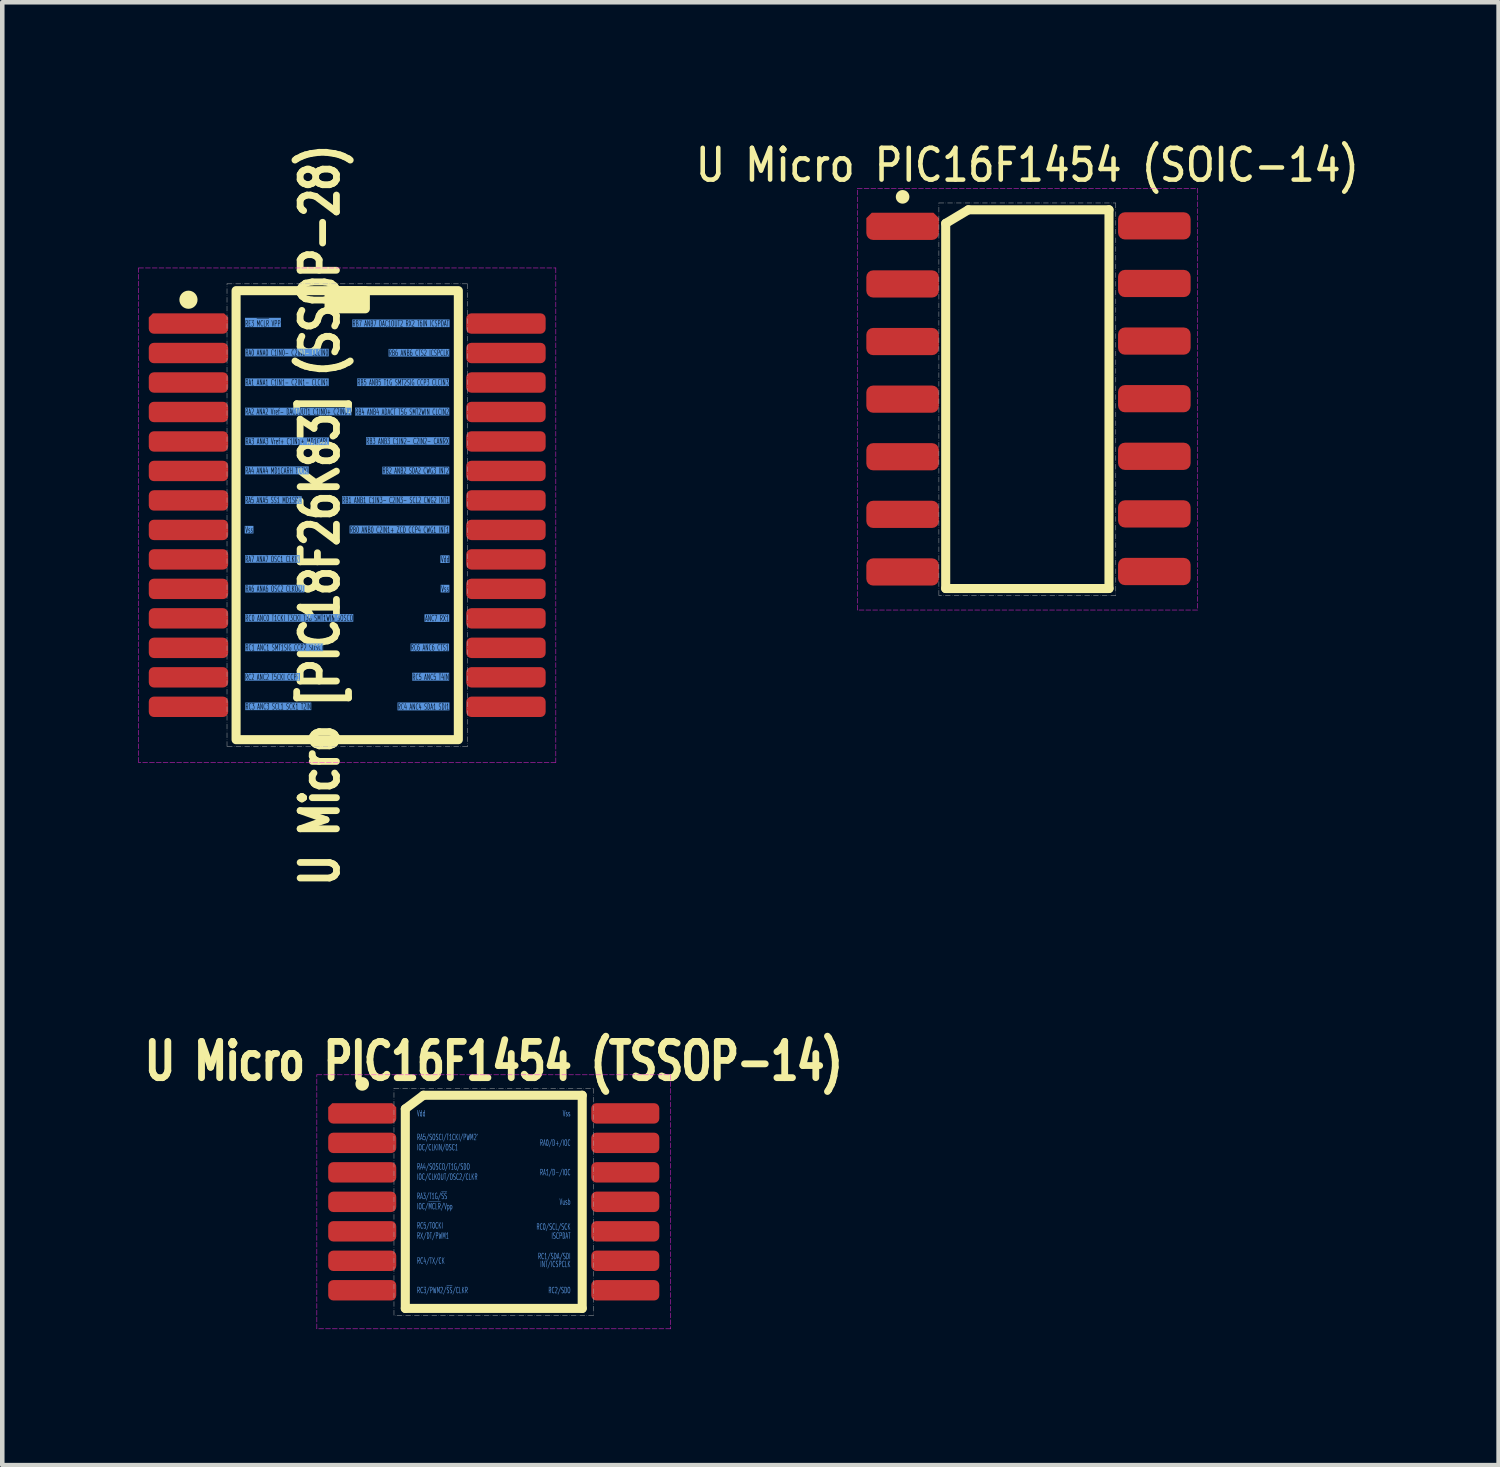
<source format=kicad_pcb>
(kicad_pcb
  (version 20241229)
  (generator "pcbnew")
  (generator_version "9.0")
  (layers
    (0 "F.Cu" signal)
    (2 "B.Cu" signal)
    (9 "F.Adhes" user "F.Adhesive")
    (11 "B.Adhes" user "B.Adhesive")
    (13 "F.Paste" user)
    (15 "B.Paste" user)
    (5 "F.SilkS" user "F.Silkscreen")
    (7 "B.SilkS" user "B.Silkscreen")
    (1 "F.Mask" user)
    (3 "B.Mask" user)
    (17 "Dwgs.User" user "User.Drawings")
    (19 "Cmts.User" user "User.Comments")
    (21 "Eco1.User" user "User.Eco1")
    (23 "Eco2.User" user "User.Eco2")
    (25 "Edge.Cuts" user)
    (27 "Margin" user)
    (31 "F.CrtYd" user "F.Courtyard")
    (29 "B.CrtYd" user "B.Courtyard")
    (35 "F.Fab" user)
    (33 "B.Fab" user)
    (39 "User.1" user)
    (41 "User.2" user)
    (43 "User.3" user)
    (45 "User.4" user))
  (footprint "U Micro [PIC18F26K83] (SSOP-28)"
    (layer "F.Cu")
    (at 4.605 8.308)
    (property "Reference" "U Micro [PIC18F26K83] (SSOP-28)" (at -0.6 0 90) (layer "F.SilkS") (effects (font (size 0.8 0.6) (thickness 0.15))))
    (attr smd)
    (fp_rect (start -2.45 -4.95) (end 2.45 4.95) (stroke (width 0.2) (type default)) (fill no) (layer "F.SilkS"))
    (fp_rect (start -0.4 -4.95) (end 0.4 -4.55) (stroke (width 0.2) (type solid)) (fill yes) (layer "F.SilkS"))
    (fp_circle (center -3.5 -4.75) (end -3.35 -4.75) (stroke (width 0.1) (type solid)) (fill yes) (layer "F.SilkS"))
    (fp_rect (start -4.6 -5.45) (end 4.6 5.45) (stroke (width 0.01) (type dash)) (fill no) (layer "F.CrtYd"))
    (fp_rect (start -2.65 -5.1) (end 2.65 5.1) (stroke (width 0.01) (type dash_dot)) (fill no) (layer "F.Fab"))
    (fp_text user "RE3 ~{MCLR} VPP" (at -1.86 -4.225 0) (layer "Cmts.User" knockout) (effects (font (size 0.13 0.07) (thickness 0.01) (bold yes))))
    (fp_text user "RC0 ANC0 T1CKI T3CKI T3G SMT1WIN SOSCO" (at -1.06 2.27 0) (layer "Cmts.User" knockout) (effects (font (size 0.13 0.07) (thickness 0.01))))
    (fp_text user "RA3 ANA3 Vref+ C1IN1+ MD1CARL" (at -1.33 -1.625 0) (layer "Cmts.User" knockout) (effects (font (size 0.13 0.07) (thickness 0.01))))
    (fp_text user "RB3 ANB3 C1IN2- C2IN2- CANRX" (at 1.33 -1.63 0) (layer "Cmts.User" knockout) (effects (font (size 0.13 0.07) (thickness 0.01))))
    (fp_text user "RC6 ANC6 CTS1" (at 1.82 2.92 0) (layer "Cmts.User" knockout) (effects (font (size 0.13 0.07) (thickness 0.01))))
    (fp_text user "RB7 ANB7 DAC1OUT2 RX2 T6IN ICSPDAT" (at 1.18 -4.225 0) (layer "Cmts.User" knockout) (effects (font (size 0.13 0.07) (thickness 0.01) (bold yes))))
    (fp_text user "RB2 ANB2 SDA2 CWG3 INT2" (at 1.51 -0.98 0) (layer "Cmts.User" knockout) (effects (font (size 0.13 0.07) (thickness 0.01))))
    (fp_text user "RA7 ANA7 OSC1 CLKIN" (at -1.65 0.97 0) (layer "Cmts.User" knockout) (effects (font (size 0.13 0.07) (thickness 0.01))))
    (fp_text user "ANC7 RX1" (at 1.98 2.275 0) (layer "Cmts.User" knockout) (effects (font (size 0.13 0.07) (thickness 0.01))))
    (fp_text user "RB6 ANB6 CTS2 ICSPCLK" (at 1.58 -3.575 0) (layer "Cmts.User" knockout) (effects (font (size 0.13 0.07) (thickness 0.01) (bold yes))))
    (fp_text user "RA4 ANA4 MD1CARH T0CKI" (at -1.55 -0.98 0) (layer "Cmts.User" knockout) (effects (font (size 0.13 0.07) (thickness 0.01) (bold yes))))
    (fp_text user "RC2 ANC2 T5CKI CCP1" (at -1.65 3.57 0) (layer "Cmts.User" knockout) (effects (font (size 0.13 0.07) (thickness 0.01))))
    (fp_text user "RA6 ANA6 OSC2 CLKOUT" (at -1.6 1.625 0) (layer "Cmts.User" knockout) (effects (font (size 0.13 0.07) (thickness 0.01))))
    (fp_text user "RB0 ANB0 C2IN1+ ZCD CCP4 CWG1 INT1" (at 1.15 0.325 0) (layer "Cmts.User" knockout) (effects (font (size 0.13 0.07) (thickness 0.01))))
    (fp_text user "RB5 ANB5 T1G SMT2SIG CCP3 CLCIN3" (at 1.23 -2.925 0) (layer "Cmts.User" knockout) (effects (font (size 0.13 0.07) (thickness 0.01))))
    (fp_text user "RC5 ANC5 T4IN" (at 1.84 3.57 0) (layer "Cmts.User" knockout) (effects (font (size 0.13 0.07) (thickness 0.01))))
    (fp_text user "RC3 ANC3 SCL1 SCK1 T2IN" (at -1.52 4.22 0) (layer "Cmts.User" knockout) (effects (font (size 0.13 0.07) (thickness 0.01) (bold yes))))
    (fp_text user "RC1 ANC1 SMT1SIG CCP2 SOSCI" (at -1.39 2.92 0) (layer "Cmts.User" knockout) (effects (font (size 0.13 0.07) (thickness 0.01))))
    (fp_text user "RC4 ANC4 SDA1 SDI1" (at 1.68 4.225 0) (layer "Cmts.User" knockout) (effects (font (size 0.13 0.07) (thickness 0.01))))
    (fp_text user "RB4 ANB4 ADACT T5G SMT2WIN CLCIN2" (at 1.21 -2.275 0) (layer "Cmts.User" knockout) (effects (font (size 0.13 0.07) (thickness 0.01))))
    (fp_text user "RA5 ANA5 SS1 MD1SRC" (at -1.63 -0.33 0) (layer "Cmts.User" knockout) (effects (font (size 0.13 0.07) (thickness 0.01))))
    (fp_text user "RA2 ANA2 Vref- DAC1OUT1 C1IN0+ C2IN0+" (at -1.08 -2.28 0) (layer "Cmts.User" knockout) (effects (font (size 0.13 0.07) (thickness 0.01))))
    (fp_text user "Vss" (at -2.16 0.325 0) (layer "Cmts.User" knockout) (effects (font (size 0.13 0.07) (thickness 0.01) (bold yes))))
    (fp_text user "RA0 ANA0 C1IN0- C2IN0- CLCIN0" (at -1.33 -3.58 0) (layer "Cmts.User" knockout) (effects (font (size 0.13 0.07) (thickness 0.01))))
    (fp_text user "Vdd" (at 2.16 0.975 0) (layer "Cmts.User" knockout) (effects (font (size 0.13 0.07) (thickness 0.01) (bold yes))))
    (fp_text user "RA1 ANA1 C1IN1- C2IN1- CLCIN1" (at -1.33 -2.925 0) (layer "Cmts.User" knockout) (effects (font (size 0.13 0.07) (thickness 0.01))))
    (fp_text user "Vss" (at 2.16 1.625 0) (layer "Cmts.User" knockout) (effects (font (size 0.13 0.07) (thickness 0.01) (bold yes))))
    (fp_text user "RB1 ANB1 C1IN3- C2IN3- SCL2 CWG2 INT1" (at 1.07 -0.33 0) (layer "Cmts.User" knockout) (effects (font (size 0.13 0.07) (thickness 0.01))))
    (pad "1" smd roundrect (at -3.5 -4.225) (size 1.75 0.45) (layers "F.Cu" "F.Mask" "F.Paste") (roundrect_rratio 0.25) (chamfer_ratio 0.2) (chamfer top_left top_right))
    (pad "2" smd roundrect (at -3.5 -3.575) (size 1.75 0.45) (layers "F.Cu" "F.Mask" "F.Paste") (roundrect_rratio 0.25))
    (pad "3" smd roundrect (at -3.5 -2.925) (size 1.75 0.45) (layers "F.Cu" "F.Mask" "F.Paste") (roundrect_rratio 0.25))
    (pad "4" smd roundrect (at -3.5 -2.275) (size 1.75 0.45) (layers "F.Cu" "F.Mask" "F.Paste") (roundrect_rratio 0.25))
    (pad "5" smd roundrect (at -3.5 -1.625) (size 1.75 0.45) (layers "F.Cu" "F.Mask" "F.Paste") (roundrect_rratio 0.25))
    (pad "6" smd roundrect (at -3.5 -0.975) (size 1.75 0.45) (layers "F.Cu" "F.Mask" "F.Paste") (roundrect_rratio 0.25))
    (pad "7" smd roundrect (at -3.5 -0.325) (size 1.75 0.45) (layers "F.Cu" "F.Mask" "F.Paste") (roundrect_rratio 0.25))
    (pad "8" smd roundrect (at -3.5 0.325) (size 1.75 0.45) (layers "F.Cu" "F.Mask" "F.Paste") (roundrect_rratio 0.25))
    (pad "9" smd roundrect (at -3.5 0.975) (size 1.75 0.45) (layers "F.Cu" "F.Mask" "F.Paste") (roundrect_rratio 0.25))
    (pad "10" smd roundrect (at -3.5 1.625) (size 1.75 0.45) (layers "F.Cu" "F.Mask" "F.Paste") (roundrect_rratio 0.25))
    (pad "11" smd roundrect (at -3.5 2.275) (size 1.75 0.45) (layers "F.Cu" "F.Mask" "F.Paste") (roundrect_rratio 0.25))
    (pad "12" smd roundrect (at -3.5 2.925) (size 1.75 0.45) (layers "F.Cu" "F.Mask" "F.Paste") (roundrect_rratio 0.25))
    (pad "13" smd roundrect (at -3.5 3.575) (size 1.75 0.45) (layers "F.Cu" "F.Mask" "F.Paste") (roundrect_rratio 0.25))
    (pad "14" smd roundrect (at -3.5 4.225) (size 1.75 0.45) (layers "F.Cu" "F.Mask" "F.Paste") (roundrect_rratio 0.25))
    (pad "15" smd roundrect (at 3.5 4.225) (size 1.75 0.45) (layers "F.Cu" "F.Mask" "F.Paste") (roundrect_rratio 0.25))
    (pad "16" smd roundrect (at 3.5 3.575) (size 1.75 0.45) (layers "F.Cu" "F.Mask" "F.Paste") (roundrect_rratio 0.25))
    (pad "17" smd roundrect (at 3.5 2.925) (size 1.75 0.45) (layers "F.Cu" "F.Mask" "F.Paste") (roundrect_rratio 0.25))
    (pad "18" smd roundrect (at 3.5 2.275) (size 1.75 0.45) (layers "F.Cu" "F.Mask" "F.Paste") (roundrect_rratio 0.25))
    (pad "19" smd roundrect (at 3.5 1.625) (size 1.75 0.45) (layers "F.Cu" "F.Mask" "F.Paste") (roundrect_rratio 0.25))
    (pad "20" smd roundrect (at 3.5 0.975) (size 1.75 0.45) (layers "F.Cu" "F.Mask" "F.Paste") (roundrect_rratio 0.25))
    (pad "21" smd roundrect (at 3.5 0.325) (size 1.75 0.45) (layers "F.Cu" "F.Mask" "F.Paste") (roundrect_rratio 0.25))
    (pad "22" smd roundrect (at 3.5 -0.325) (size 1.75 0.45) (layers "F.Cu" "F.Mask" "F.Paste") (roundrect_rratio 0.25))
    (pad "23" smd roundrect (at 3.5 -0.975) (size 1.75 0.45) (layers "F.Cu" "F.Mask" "F.Paste") (roundrect_rratio 0.25))
    (pad "24" smd roundrect (at 3.5 -1.625) (size 1.75 0.45) (layers "F.Cu" "F.Mask" "F.Paste") (roundrect_rratio 0.25))
    (pad "25" smd roundrect (at 3.5 -2.275) (size 1.75 0.45) (layers "F.Cu" "F.Mask" "F.Paste") (roundrect_rratio 0.25))
    (pad "26" smd roundrect (at 3.5 -2.925) (size 1.75 0.45) (layers "F.Cu" "F.Mask" "F.Paste") (roundrect_rratio 0.25))
    (pad "27" smd roundrect (at 3.5 -3.575) (size 1.75 0.45) (layers "F.Cu" "F.Mask" "F.Paste") (roundrect_rratio 0.25))
    (pad "28" smd roundrect (at 3.5 -4.225) (size 1.75 0.45) (layers "F.Cu" "F.Mask" "F.Paste") (roundrect_rratio 0.25)))
  (footprint "U Micro PIC16F1454 (TSSOP-14)"
    (layer "F.Cu")
    (at 7.836 23.447)
    (property "Reference" "U Micro PIC16F1454 (TSSOP-14)" (at 0 -3.1 0) (unlocked yes) (layer "F.SilkS") (effects (font (size 0.8 0.6) (thickness 0.15))))
    (attr smd)
    (fp_line (start -1.95 -2.05) (end -1.55 -2.35) (stroke (width 0.2) (type default)) (layer "F.SilkS"))
    (fp_line (start -1.95 2.35) (end -1.95 -2.05) (stroke (width 0.2) (type default)) (layer "F.SilkS"))
    (fp_line (start -1.55 -2.35) (end 1.95 -2.35) (stroke (width 0.2) (type default)) (layer "F.SilkS"))
    (fp_line (start 1.95 -2.35) (end 1.95 2.35) (stroke (width 0.2) (type default)) (layer "F.SilkS"))
    (fp_line (start 1.95 2.35) (end -1.95 2.35) (stroke (width 0.2) (type default)) (layer "F.SilkS"))
    (fp_circle (center -2.9 -2.6) (end -2.8 -2.6) (stroke (width 0.1) (type solid)) (fill yes) (layer "F.SilkS"))
    (fp_rect (start -3.9 -2.8) (end 3.9 2.8) (stroke (width 0.01) (type dash)) (fill no) (layer "F.CrtYd"))
    (fp_rect (start -2.2 -2.5) (end 2.2 2.5) (stroke (width 0.01) (type dash_dot)) (fill no) (layer "F.Fab"))
    (fp_text user "IOC/CLKOUT/OSC2/CLKR" (at -1.7 -0.55 0) (unlocked yes) (layer "Cmts.User") (effects (font (size 0.13 0.07) (thickness 0.01)) (justify left)))
    (fp_text user "IOC/~{MCLR}/Vpp" (at -1.7 0.1 0) (unlocked yes) (layer "Cmts.User") (effects (font (size 0.13 0.07) (thickness 0.01) (bold yes)) (justify left)))
    (fp_text user "RC4/TX/CK" (at -1.7 1.3 0) (unlocked yes) (layer "Cmts.User") (effects (font (size 0.13 0.07) (thickness 0.01)) (justify left)))
    (fp_text user "IOC/CLKIN/OSC1" (at -1.7 -1.2 0) (unlocked yes) (layer "Cmts.User") (effects (font (size 0.13 0.07) (thickness 0.01)) (justify left)))
    (fp_text user "RC2/SDO" (at 1.7 1.95 0) (unlocked yes) (layer "Cmts.User") (effects (font (size 0.13 0.07) (thickness 0.01)) (justify right)))
    (fp_text user "Vusb" (at 1.7 0 0) (unlocked yes) (layer "Cmts.User") (effects (font (size 0.13 0.07) (thickness 0.01) (bold yes)) (justify right)))
    (fp_text user "RA3/T1G/~{SS}" (at -1.7 -0.125 0) (unlocked yes) (layer "Cmts.User") (effects (font (size 0.13 0.07) (thickness 0.01) (bold yes)) (justify left)))
    (fp_text user "RC3/PWM2/~{SS}/CLKR" (at -1.7 1.95 0) (unlocked yes) (layer "Cmts.User") (effects (font (size 0.13 0.07) (thickness 0.01)) (justify left)))
    (fp_text user "Vdd" (at -1.7 -1.95 0) (unlocked yes) (layer "Cmts.User") (effects (font (size 0.13 0.07) (thickness 0.01) (bold yes)) (justify left)))
    (fp_text user "INT/ICSPCLK" (at 1.7 1.375 0) (unlocked yes) (layer "Cmts.User") (effects (font (size 0.13 0.07) (thickness 0.01) (bold yes)) (justify right)))
    (fp_text user "Vss" (at 1.7 -1.95 0) (unlocked yes) (layer "Cmts.User") (effects (font (size 0.13 0.07) (thickness 0.01) (bold yes)) (justify right)))
    (fp_text user "RC0/SCL/SCK" (at 1.7 0.55 0) (unlocked yes) (layer "Cmts.User") (effects (font (size 0.13 0.07) (thickness 0.01) (bold yes)) (justify right)))
    (fp_text user "RX/DT/PWM1" (at -1.7 0.75 0) (unlocked yes) (layer "Cmts.User") (effects (font (size 0.13 0.07) (thickness 0.01)) (justify left)))
    (fp_text user "RA0/D+/IOC" (at 1.7 -1.3 0) (unlocked yes) (layer "Cmts.User") (effects (font (size 0.13 0.07) (thickness 0.01)) (justify right)))
    (fp_text user "RC5/T0CKI" (at -1.7 0.525 0) (unlocked yes) (layer "Cmts.User") (effects (font (size 0.13 0.07) (thickness 0.01)) (justify left)))
    (fp_text user "RC1/SDA/SDI" (at 1.7 1.2 0) (unlocked yes) (layer "Cmts.User") (effects (font (size 0.13 0.07) (thickness 0.01) (bold yes)) (justify right)))
    (fp_text user "RA5/SOSCI/T1CKI/PWM2'" (at -1.7 -1.425 0) (unlocked yes) (layer "Cmts.User") (effects (font (size 0.13 0.07) (thickness 0.01)) (justify left)))
    (fp_text user "RA1/D-/IOC" (at 1.7 -0.65 0) (unlocked yes) (layer "Cmts.User") (effects (font (size 0.13 0.07) (thickness 0.01)) (justify right)))
    (fp_text user "ISCPDAT" (at 1.7 0.75 0) (unlocked yes) (layer "Cmts.User") (effects (font (size 0.13 0.07) (thickness 0.01) (bold yes)) (justify right)))
    (fp_text user "RA4/SOSCO/T1G/SDO" (at -1.7 -0.775 0) (unlocked yes) (layer "Cmts.User") (effects (font (size 0.13 0.07) (thickness 0.01)) (justify left)))
    (pad "1" smd roundrect (at -2.9 -1.95) (size 1.5 0.45) (layers "F.Cu" "F.Mask" "F.Paste") (roundrect_rratio 0.25) (chamfer_ratio 0.2) (chamfer top_left top_right))
    (pad "2" smd roundrect (at -2.9 -1.3) (size 1.5 0.45) (layers "F.Cu" "F.Mask" "F.Paste") (roundrect_rratio 0.25))
    (pad "3" smd roundrect (at -2.9 -0.65) (size 1.5 0.45) (layers "F.Cu" "F.Mask" "F.Paste") (roundrect_rratio 0.25))
    (pad "4" smd roundrect (at -2.9 0) (size 1.5 0.45) (layers "F.Cu" "F.Mask" "F.Paste") (roundrect_rratio 0.25))
    (pad "5" smd roundrect (at -2.9 0.65) (size 1.5 0.45) (layers "F.Cu" "F.Mask" "F.Paste") (roundrect_rratio 0.25))
    (pad "6" smd roundrect (at -2.9 1.3) (size 1.5 0.45) (layers "F.Cu" "F.Mask" "F.Paste") (roundrect_rratio 0.25))
    (pad "7" smd roundrect (at -2.9 1.95) (size 1.5 0.45) (layers "F.Cu" "F.Mask" "F.Paste") (roundrect_rratio 0.25))
    (pad "8" smd roundrect (at 2.9 1.95) (size 1.5 0.45) (layers "F.Cu" "F.Mask" "F.Paste") (roundrect_rratio 0.25))
    (pad "9" smd roundrect (at 2.9 1.3) (size 1.5 0.45) (layers "F.Cu" "F.Mask" "F.Paste") (roundrect_rratio 0.25))
    (pad "10" smd roundrect (at 2.9 0.65) (size 1.5 0.45) (layers "F.Cu" "F.Mask" "F.Paste") (roundrect_rratio 0.25))
    (pad "11" smd roundrect (at 2.9 0) (size 1.5 0.45) (layers "F.Cu" "F.Mask" "F.Paste") (roundrect_rratio 0.25))
    (pad "12" smd roundrect (at 2.9 -0.65) (size 1.5 0.45) (layers "F.Cu" "F.Mask" "F.Paste") (roundrect_rratio 0.25))
    (pad "13" smd roundrect (at 2.9 -1.3) (size 1.5 0.45) (layers "F.Cu" "F.Mask" "F.Paste") (roundrect_rratio 0.25))
    (pad "14" smd roundrect (at 2.9 -1.95) (size 1.5 0.45) (layers "F.Cu" "F.Mask" "F.Paste") (roundrect_rratio 0.25)))
  (footprint "U Micro PIC16F1454 (SOIC-14)"
    (layer "F.Cu")
    (at 19.6 5.75)
    (property "Reference" "U Micro PIC16F1454 (SOIC-14)" (at 0 -4.75 0) (unlocked yes) (layer "F.SilkS") (effects (font (size 0.7 0.6) (thickness 0.1)) (justify bottom)))
    (attr smd)
    (fp_line (start -1.8 -3.875) (end -1.3 -4.175) (stroke (width 0.2) (type default)) (layer "F.SilkS"))
    (fp_line (start -1.8 4.175) (end -1.8 -3.875) (stroke (width 0.2) (type default)) (layer "F.SilkS"))
    (fp_line (start -1.3 -4.175) (end 1.8 -4.175) (stroke (width 0.2) (type default)) (layer "F.SilkS"))
    (fp_line (start 1.8 -4.175) (end 1.8 4.175) (stroke (width 0.2) (type default)) (layer "F.SilkS"))
    (fp_line (start 1.8 4.175) (end -1.8 4.175) (stroke (width 0.2) (type default)) (layer "F.SilkS"))
    (fp_circle (center -2.75 -4.46) (end -2.65 -4.46) (stroke (width 0.1) (type solid)) (fill yes) (layer "F.SilkS"))
    (fp_rect (start -3.75 -4.65) (end 3.75 4.65) (stroke (width 0.01) (type dash)) (fill no) (layer "F.CrtYd"))
    (fp_rect (start -1.95 -4.325) (end 1.95 4.325) (stroke (width 0.01) (type dash_dot)) (fill no) (layer "F.Fab"))
    (fp_text user "RA5/SOSCI/T1CKI/PWM2'" (at -1.6 -2.6 0) (unlocked yes) (layer "User.7") (effects (font (size 0.13 0.07) (thickness 0.01)) (justify left)))
    (fp_text user "IOC/CLKOUT/OSC2/CLKR" (at -1.6 -1.2 0) (unlocked yes) (layer "User.7") (effects (font (size 0.13 0.07) (thickness 0.01)) (justify left)))
    (fp_text user "RC1/SDA/SDI" (at 1.6 2.4 0) (unlocked yes) (layer "User.7") (effects (font (size 0.13 0.07) (thickness 0.014) (bold yes)) (justify right)))
    (fp_text user "INT/ICSPCLK" (at 1.6 2.6 0) (unlocked yes) (layer "User.7") (effects (font (size 0.13 0.07) (thickness 0.014) (bold yes)) (justify right)))
    (fp_text user "RC0/SCL/SCK" (at 1.6 1.2 0) (unlocked yes) (layer "User.7") (effects (font (size 0.13 0.07) (thickness 0.014) (bold yes)) (justify right)))
    (fp_text user "RC3/PWM2/~{SS}/CLKR" (at -1.6 3.81 0) (unlocked yes) (layer "User.7") (effects (font (size 0.13 0.07) (thickness 0.01)) (justify left)))
    (fp_text user "RC5/T0CKI" (at -1.6 1.2 0) (unlocked yes) (layer "User.7") (effects (font (size 0.13 0.07) (thickness 0.01)) (justify left)))
    (fp_text user "RA4/SOSCO/T1G/SDO" (at -1.6 -1.4 0) (unlocked yes) (layer "User.7") (effects (font (size 0.13 0.07) (thickness 0.01)) (justify left)))
    (fp_text user "Vdd" (at -1.6 -3.81 0) (unlocked yes) (layer "User.7") (effects (font (size 0.13 0.07) (thickness 0.014) (bold yes)) (justify left)))
    (fp_text user "Vss" (at 1.6 -3.81 0) (unlocked yes) (layer "User.7") (effects (font (size 0.13 0.07) (thickness 0.014) (bold yes)) (justify right)))
    (fp_text user "RA0/D+/IOC" (at 1.6 -2.54 0) (unlocked yes) (layer "User.7") (effects (font (size 0.13 0.07) (thickness 0.01)) (justify right)))
    (fp_text user "RA3/T1G/~{SS}" (at -1.6 -0.125 0) (unlocked yes) (layer "User.7") (effects (font (size 0.13 0.07) (thickness 0.014) (bold yes)) (justify left)))
    (fp_text user "Vusb" (at 1.6 0 0) (unlocked yes) (layer "User.7") (effects (font (size 0.13 0.07) (thickness 0.014) (bold yes)) (justify right)))
    (fp_text user "IOC/~{MCLR}/Vpp" (at -1.6 0.1 0) (unlocked yes) (layer "User.7") (effects (font (size 0.13 0.07) (thickness 0.014) (bold yes)) (justify left)))
    (fp_text user "RA1/D-/IOC" (at 1.6 -1.27 0) (unlocked yes) (layer "User.7") (effects (font (size 0.13 0.07) (thickness 0.01)) (justify right)))
    (fp_text user "IOC/CLKIN/OSC1" (at -1.6 -2.4 0) (unlocked yes) (layer "User.7") (effects (font (size 0.13 0.07) (thickness 0.01)) (justify left)))
    (fp_text user "ISCPDAT" (at 1.6 1.4 0) (unlocked yes) (layer "User.7") (effects (font (size 0.13 0.07) (thickness 0.014) (bold yes)) (justify right)))
    (fp_text user "RX/DT/PWM1" (at -1.6 1.4 0) (unlocked yes) (layer "User.7") (effects (font (size 0.13 0.07) (thickness 0.01)) (justify left)))
    (fp_text user "RC2/SDO" (at 1.6 3.81 0) (unlocked yes) (layer "User.7") (effects (font (size 0.13 0.07) (thickness 0.01)) (justify right)))
    (fp_text user "RC4/TX/CK" (at -1.6 2.54 0) (unlocked yes) (layer "User.7") (effects (font (size 0.13 0.07) (thickness 0.01)) (justify left)))
    (pad "1" smd roundrect (at -2.75 -3.81) (size 1.6 0.6) (layers "F.Cu" "F.Mask" "F.Paste") (roundrect_rratio 0.25) (chamfer_ratio 0.2) (chamfer top_left top_right))
    (pad "2" smd roundrect (at -2.75 -2.54) (size 1.6 0.6) (layers "F.Cu" "F.Mask" "F.Paste") (roundrect_rratio 0.25))
    (pad "3" smd roundrect (at -2.75 -1.27) (size 1.6 0.6) (layers "F.Cu" "F.Mask" "F.Paste") (roundrect_rratio 0.25))
    (pad "4" smd roundrect (at -2.75 0) (size 1.6 0.6) (layers "F.Cu" "F.Mask" "F.Paste") (roundrect_rratio 0.25))
    (pad "5" smd roundrect (at -2.75 1.27) (size 1.6 0.6) (layers "F.Cu" "F.Mask" "F.Paste") (roundrect_rratio 0.25))
    (pad "6" smd roundrect (at -2.75 2.54) (size 1.6 0.6) (layers "F.Cu" "F.Mask" "F.Paste") (roundrect_rratio 0.25))
    (pad "7" smd roundrect (at -2.75 3.81) (size 1.6 0.6) (layers "F.Cu" "F.Mask" "F.Paste") (roundrect_rratio 0.25))
    (pad "8" smd roundrect (at 2.8 3.8) (size 1.6 0.6) (layers "F.Cu" "F.Mask" "F.Paste") (roundrect_rratio 0.25))
    (pad "9" smd roundrect (at 2.8 2.53) (size 1.6 0.6) (layers "F.Cu" "F.Mask" "F.Paste") (roundrect_rratio 0.25))
    (pad "10" smd roundrect (at 2.8 1.26) (size 1.6 0.6) (layers "F.Cu" "F.Mask" "F.Paste") (roundrect_rratio 0.25))
    (pad "11" smd roundrect (at 2.8 -0.01) (size 1.6 0.6) (layers "F.Cu" "F.Mask" "F.Paste") (roundrect_rratio 0.25))
    (pad "12" smd roundrect (at 2.8 -1.28) (size 1.6 0.6) (layers "F.Cu" "F.Mask" "F.Paste") (roundrect_rratio 0.25))
    (pad "13" smd roundrect (at 2.8 -2.55) (size 1.6 0.6) (layers "F.Cu" "F.Mask" "F.Paste") (roundrect_rratio 0.25))
    (pad "14" smd roundrect (at 2.8 -3.82) (size 1.6 0.6) (layers "F.Cu" "F.Mask" "F.Paste") (roundrect_rratio 0.25)))
  (gr_rect
    (start -3 -3)
    (end 29.99 29.252)
    (stroke (width 0.1) (type default))
    (fill no)
    (layer "Edge.Cuts")))
</source>
